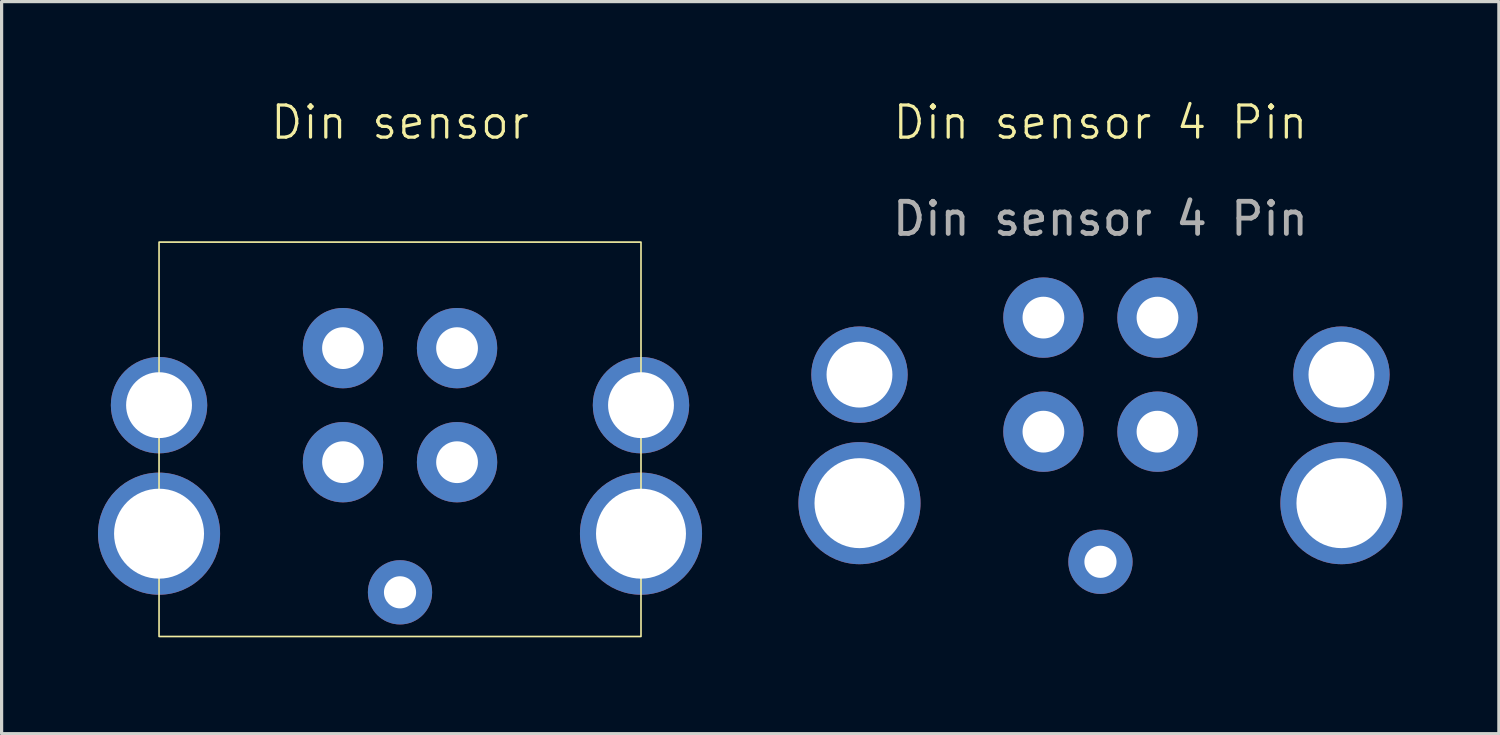
<source format=kicad_pcb>
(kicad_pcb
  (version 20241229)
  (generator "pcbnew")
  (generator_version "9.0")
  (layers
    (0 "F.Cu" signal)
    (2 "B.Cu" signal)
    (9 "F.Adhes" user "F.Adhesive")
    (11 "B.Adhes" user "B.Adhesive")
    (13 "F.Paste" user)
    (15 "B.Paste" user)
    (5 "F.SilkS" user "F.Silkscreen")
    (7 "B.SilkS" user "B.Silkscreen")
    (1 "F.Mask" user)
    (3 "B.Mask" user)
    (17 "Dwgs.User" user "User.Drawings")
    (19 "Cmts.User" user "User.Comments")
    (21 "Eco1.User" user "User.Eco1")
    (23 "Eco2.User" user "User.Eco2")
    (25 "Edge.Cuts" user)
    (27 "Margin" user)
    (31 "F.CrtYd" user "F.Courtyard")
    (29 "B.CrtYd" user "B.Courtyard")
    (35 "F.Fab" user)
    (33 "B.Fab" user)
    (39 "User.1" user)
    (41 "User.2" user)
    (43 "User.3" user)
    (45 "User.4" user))
  (footprint "Din sensor 4 Pin"
    (layer "F.Cu")
    (at 31.2 1.26)
    (property "Reference" "Din sensor 4 Pin" (at 0 -0.5 0) (unlocked yes) (layer "F.SilkS") (effects (font (size 1 1) (thickness 0.1))))
    (attr through_hole)
    (fp_text user "${REFERENCE}" (at 0 2.5 0) (unlocked yes) (layer "F.Fab") (effects (font (size 1 1) (thickness 0.15))))
    (pad "1" thru_hole oval (at -7.5 7.35 270) (size 3 3) (drill oval 2.05) (layers "*.Cu" "*.Mask"))
    (pad "2" thru_hole oval (at 7.5 7.35 270) (size 3 3) (drill oval 2.05) (layers "*.Cu" "*.Mask"))
    (pad "3" thru_hole oval (at -7.5 11.35 270) (size 3.8 3.8) (drill oval 2.8) (layers "*.Cu" "*.Mask"))
    (pad "4" thru_hole oval (at 7.5 11.35 270) (size 3.8 3.8) (drill oval 2.8) (layers "*.Cu" "*.Mask"))
    (pad "5" thru_hole oval (at -1.775 5.575 270) (size 2.5 2.5) (drill oval 1.3) (layers "*.Cu" "*.Mask"))
    (pad "6" thru_hole oval (at 1.775 5.575 270) (size 2.5 2.5) (drill oval 1.3) (layers "*.Cu" "*.Mask"))
    (pad "7" thru_hole oval (at -1.775 9.125 270) (size 2.5 2.5) (drill oval 1.3) (layers "*.Cu" "*.Mask"))
    (pad "8" thru_hole oval (at 1.775 9.125 270) (size 2.5 2.5) (drill oval 1.3) (layers "*.Cu" "*.Mask"))
    (pad "9" thru_hole oval (at 0 13.175 270) (size 2 2) (drill oval 1) (layers "*.Cu" "*.Mask")))
  (footprint "Din sensor"
    (layer "F.Cu")
    (at 9.4 1.26)
    (property "Reference" "Din sensor" (at 0 -0.5 0) (unlocked yes) (layer "F.SilkS") (effects (font (size 1 1) (thickness 0.1))))
    (attr through_hole)
    (fp_rect (start -7.5 3.225) (end 7.5 15.5) (stroke (width 0.05) (type default)) (fill no) (layer "F.SilkS"))
    (pad "1" thru_hole oval (at -7.5 8.3 270) (size 3 3) (drill oval 2.05) (layers "*.Cu" "*.Mask"))
    (pad "2" thru_hole oval (at 7.5 8.3 270) (size 3 3) (drill oval 2.05) (layers "*.Cu" "*.Mask"))
    (pad "3" thru_hole oval (at -7.5 12.3 270) (size 3.8 3.8) (drill oval 2.8) (layers "*.Cu" "*.Mask"))
    (pad "4" thru_hole oval (at 7.5 12.3 270) (size 3.8 3.8) (drill oval 2.8) (layers "*.Cu" "*.Mask"))
    (pad "5" thru_hole oval (at -1.775 6.525 270) (size 2.5 2.5) (drill oval 1.3) (layers "*.Cu" "*.Mask"))
    (pad "6" thru_hole oval (at 1.775 6.525 270) (size 2.5 2.5) (drill oval 1.3) (layers "*.Cu" "*.Mask"))
    (pad "7" thru_hole oval (at -1.775 10.075 270) (size 2.5 2.5) (drill oval 1.3) (layers "*.Cu" "*.Mask"))
    (pad "8" thru_hole oval (at 1.775 10.075 270) (size 2.5 2.5) (drill oval 1.3) (layers "*.Cu" "*.Mask"))
    (pad "9" thru_hole oval (at 0 14.125 270) (size 2 2) (drill oval 1) (layers "*.Cu" "*.Mask")))
  (gr_rect
    (start -3 -3)
    (end 43.6 19.785)
    (stroke (width 0.1) (type default))
    (fill no)
    (layer "Edge.Cuts")))
</source>
